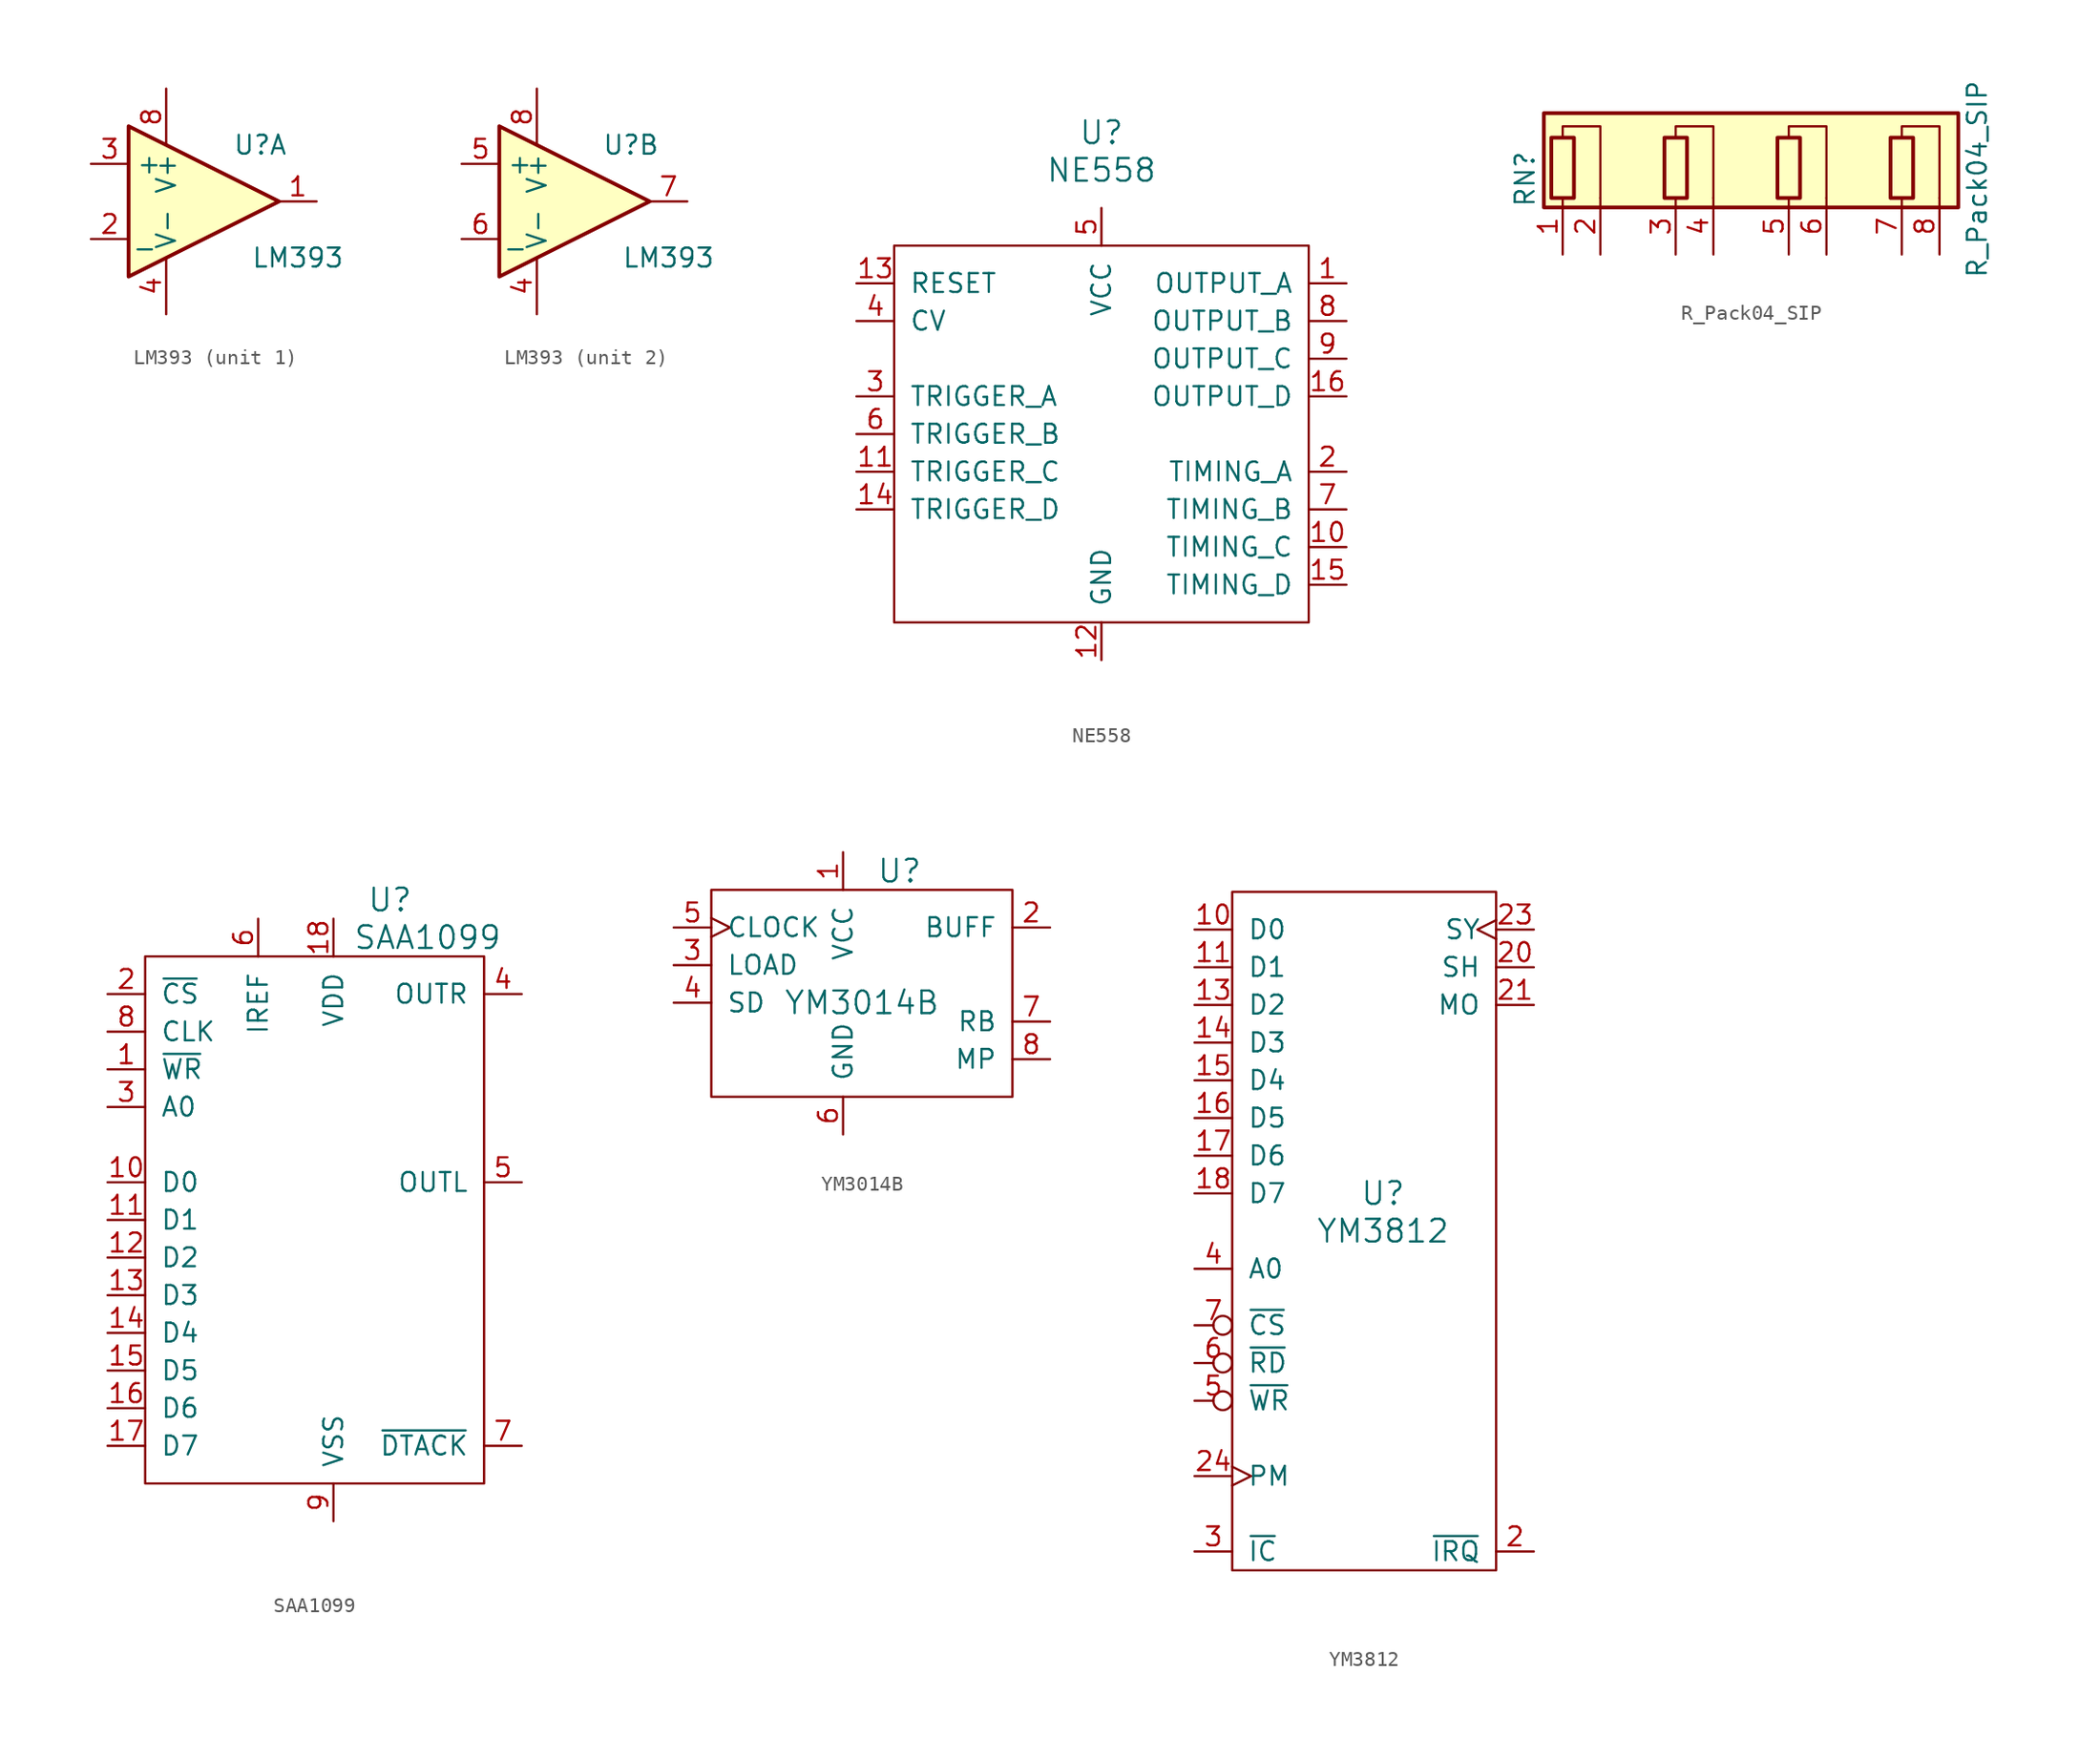
<source format=kicad_sym>
(kicad_symbol_lib
  (version 20220914)
  (generator kicad_symbol_editor)
  (symbol "LM393"
    (property "Reference" "U"
      (at 3.81 3.81 0)
      (effects (font (size 1.27 1.27))))
    (property "Value" "LM393"
      (at 6.35 -3.81 0)
      (effects (font (size 1.27 1.27))))
    (symbol "LM393_0_1"
      (polyline (pts (xy -5.08 5.08) (xy 5.08 0) (xy -5.08 -5.08) (xy -5.08 5.08)) (stroke (width 0.254) (type solid)) (fill (type background)))
      (pin power_in line (at -2.54 -7.62 90) (length 3.81) (name "V-" (effects (font (size 1.27 1.27)))) (number "4" (effects (font (size 1.27 1.27)))))
      (pin power_in line (at -2.54 7.62 270) (length 3.81) (name "V+" (effects (font (size 1.27 1.27)))) (number "8" (effects (font (size 1.27 1.27))))))
    (symbol "LM393_1_1"
      (pin open_collector line (at 7.62 0 180) (length 2.54) (name "~" (effects (font (size 1.27 1.27)))) (number "1" (effects (font (size 1.27 1.27)))))
      (pin input line (at -7.62 -2.54 0) (length 2.54) (name "_" (effects (font (size 1.27 1.27)))) (number "2" (effects (font (size 1.27 1.27)))))
      (pin input line (at -7.62 2.54 0) (length 2.54) (name "+" (effects (font (size 1.27 1.27)))) (number "3" (effects (font (size 1.27 1.27))))))
    (symbol "LM393_2_1"
      (pin input line (at -7.62 2.54 0) (length 2.54) (name "+" (effects (font (size 1.27 1.27)))) (number "5" (effects (font (size 1.27 1.27)))))
      (pin input line (at -7.62 -2.54 0) (length 2.54) (name "_" (effects (font (size 1.27 1.27)))) (number "6" (effects (font (size 1.27 1.27)))))
      (pin open_collector line (at 7.62 0 180) (length 2.54) (name "~" (effects (font (size 1.27 1.27)))) (number "7" (effects (font (size 1.27 1.27)))))))
  (symbol "NE558"
    (pin_names
      (offset 1.016))
    (property "Reference" "U"
      (at 0 20.32 0)
      (effects (font (size 1.524 1.524))))
    (property "Value" "NE558"
      (at 0 17.78 0)
      (effects (font (size 1.524 1.524))))
    (symbol "NE558_0_1"
      (rectangle (start -13.97 12.7) (end 13.97 -12.7) (stroke (width 0) (type solid)) (fill (type none))))
    (symbol "NE558_1_1"
      (pin output line (at 16.51 10.16 180) (length 2.54) (name "OUTPUT_A" (effects (font (size 1.27 1.27)))) (number "1" (effects (font (size 1.27 1.27)))))
      (pin passive line (at 16.51 -7.62 180) (length 2.54) (name "TIMING_C" (effects (font (size 1.27 1.27)))) (number "10" (effects (font (size 1.27 1.27)))))
      (pin input line (at -16.51 -2.54 0) (length 2.54) (name "TRIGGER_C" (effects (font (size 1.27 1.27)))) (number "11" (effects (font (size 1.27 1.27)))))
      (pin power_in line (at 0 -15.24 90) (length 2.54) (name "GND" (effects (font (size 1.27 1.27)))) (number "12" (effects (font (size 1.27 1.27)))))
      (pin input line (at -16.51 10.16 0) (length 2.54) (name "RESET" (effects (font (size 1.27 1.27)))) (number "13" (effects (font (size 1.27 1.27)))))
      (pin input line (at -16.51 -5.08 0) (length 2.54) (name "TRIGGER_D" (effects (font (size 1.27 1.27)))) (number "14" (effects (font (size 1.27 1.27)))))
      (pin passive line (at 16.51 -10.16 180) (length 2.54) (name "TIMING_D" (effects (font (size 1.27 1.27)))) (number "15" (effects (font (size 1.27 1.27)))))
      (pin output line (at 16.51 2.54 180) (length 2.54) (name "OUTPUT_D" (effects (font (size 1.27 1.27)))) (number "16" (effects (font (size 1.27 1.27)))))
      (pin passive line (at 16.51 -2.54 180) (length 2.54) (name "TIMING_A" (effects (font (size 1.27 1.27)))) (number "2" (effects (font (size 1.27 1.27)))))
      (pin input line (at -16.51 2.54 0) (length 2.54) (name "TRIGGER_A" (effects (font (size 1.27 1.27)))) (number "3" (effects (font (size 1.27 1.27)))))
      (pin input line (at -16.51 7.62 0) (length 2.54) (name "CV" (effects (font (size 1.27 1.27)))) (number "4" (effects (font (size 1.27 1.27)))))
      (pin power_in line (at 0 15.24 270) (length 2.54) (name "VCC" (effects (font (size 1.27 1.27)))) (number "5" (effects (font (size 1.27 1.27)))))
      (pin input line (at -16.51 0 0) (length 2.54) (name "TRIGGER_B" (effects (font (size 1.27 1.27)))) (number "6" (effects (font (size 1.27 1.27)))))
      (pin passive line (at 16.51 -5.08 180) (length 2.54) (name "TIMING_B" (effects (font (size 1.27 1.27)))) (number "7" (effects (font (size 1.27 1.27)))))
      (pin output line (at 16.51 7.62 180) (length 2.54) (name "OUTPUT_B" (effects (font (size 1.27 1.27)))) (number "8" (effects (font (size 1.27 1.27)))))
      (pin output line (at 16.51 5.08 180) (length 2.54) (name "OUTPUT_C" (effects (font (size 1.27 1.27)))) (number "9" (effects (font (size 1.27 1.27)))))))
  (symbol "R_Pack04_SIP"
    (pin_names
      (offset 0) hide)
    (property "Reference" "RN"
      (at -15.24 0 90)
      (effects (font (size 1.27 1.27))))
    (property "Value" "R_Pack04_SIP"
      (at 15.24 0 90)
      (effects (font (size 1.27 1.27))))
    (symbol "R_Pack04_SIP_0_1"
      (rectangle (start -13.97 -1.905) (end 13.97 4.445) (stroke (width 0.254) (type solid)) (fill (type background)))
      (rectangle (start -13.462 2.794) (end -11.938 -1.27) (stroke (width 0.254) (type solid)) (fill (type none)))
      (rectangle (start -5.842 2.794) (end -4.318 -1.27) (stroke (width 0.254) (type solid)) (fill (type none)))
      (polyline (pts (xy -12.7 2.794) (xy -12.7 3.556) (xy -10.16 3.556) (xy -10.16 -1.27)) (stroke (width 0) (type solid)) (fill (type none)))
      (polyline (pts (xy -5.08 2.794) (xy -5.08 3.556) (xy -2.54 3.556) (xy -2.54 -1.27)) (stroke (width 0) (type solid)) (fill (type none)))
      (polyline (pts (xy 2.54 2.794) (xy 2.54 3.556) (xy 5.08 3.556) (xy 5.08 -1.27)) (stroke (width 0) (type solid)) (fill (type none)))
      (polyline (pts (xy 10.16 2.794) (xy 10.16 3.556) (xy 12.7 3.556) (xy 12.7 -1.27)) (stroke (width 0) (type solid)) (fill (type none)))
      (rectangle (start 1.778 2.794) (end 3.302 -1.27) (stroke (width 0.254) (type solid)) (fill (type none)))
      (rectangle (start 9.398 2.794) (end 10.922 -1.27) (stroke (width 0.254) (type solid)) (fill (type none))))
    (symbol "R_Pack04_SIP_1_1"
      (pin passive line (at -12.7 -5.08 90) (length 3.81) (name "R1.1" (effects (font (size 1.27 1.27)))) (number "1" (effects (font (size 1.27 1.27)))))
      (pin passive line (at -10.16 -5.08 90) (length 3.81) (name "R1.2" (effects (font (size 1.27 1.27)))) (number "2" (effects (font (size 1.27 1.27)))))
      (pin passive line (at -5.08 -5.08 90) (length 3.81) (name "R2.1" (effects (font (size 1.27 1.27)))) (number "3" (effects (font (size 1.27 1.27)))))
      (pin passive line (at -2.54 -5.08 90) (length 3.81) (name "R2.2" (effects (font (size 1.27 1.27)))) (number "4" (effects (font (size 1.27 1.27)))))
      (pin passive line (at 2.54 -5.08 90) (length 3.81) (name "R3.1" (effects (font (size 1.27 1.27)))) (number "5" (effects (font (size 1.27 1.27)))))
      (pin passive line (at 5.08 -5.08 90) (length 3.81) (name "R3.2" (effects (font (size 1.27 1.27)))) (number "6" (effects (font (size 1.27 1.27)))))
      (pin passive line (at 10.16 -5.08 90) (length 3.81) (name "R4.1" (effects (font (size 1.27 1.27)))) (number "7" (effects (font (size 1.27 1.27)))))
      (pin passive line (at 12.7 -5.08 90) (length 3.81) (name "R4.2" (effects (font (size 1.27 1.27)))) (number "8" (effects (font (size 1.27 1.27)))))))
  (symbol "SAA1099"
    (pin_names
      (offset 1.016))
    (property "Reference" "U"
      (at 3.81 19.05 0)
      (effects (font (size 1.524 1.524))))
    (property "Value" "SAA1099"
      (at 6.35 16.51 0)
      (effects (font (size 1.524 1.524))))
    (symbol "SAA1099_0_1"
      (rectangle (start -12.7 15.24) (end 10.16 -20.32) (stroke (width 0) (type solid)) (fill (type none))))
    (symbol "SAA1099_1_1"
      (pin input line (at -15.24 7.62 0) (length 2.54) (name "~{WR}" (effects (font (size 1.27 1.27)))) (number "1" (effects (font (size 1.27 1.27)))))
      (pin input line (at -15.24 0 0) (length 2.54) (name "D0" (effects (font (size 1.27 1.27)))) (number "10" (effects (font (size 1.27 1.27)))))
      (pin input line (at -15.24 -2.54 0) (length 2.54) (name "D1" (effects (font (size 1.27 1.27)))) (number "11" (effects (font (size 1.27 1.27)))))
      (pin input line (at -15.24 -5.08 0) (length 2.54) (name "D2" (effects (font (size 1.27 1.27)))) (number "12" (effects (font (size 1.27 1.27)))))
      (pin input line (at -15.24 -7.62 0) (length 2.54) (name "D3" (effects (font (size 1.27 1.27)))) (number "13" (effects (font (size 1.27 1.27)))))
      (pin input line (at -15.24 -10.16 0) (length 2.54) (name "D4" (effects (font (size 1.27 1.27)))) (number "14" (effects (font (size 1.27 1.27)))))
      (pin input line (at -15.24 -12.7 0) (length 2.54) (name "D5" (effects (font (size 1.27 1.27)))) (number "15" (effects (font (size 1.27 1.27)))))
      (pin input line (at -15.24 -15.24 0) (length 2.54) (name "D6" (effects (font (size 1.27 1.27)))) (number "16" (effects (font (size 1.27 1.27)))))
      (pin input line (at -15.24 -17.78 0) (length 2.54) (name "D7" (effects (font (size 1.27 1.27)))) (number "17" (effects (font (size 1.27 1.27)))))
      (pin power_in line (at 0 17.78 270) (length 2.54) (name "VDD" (effects (font (size 1.27 1.27)))) (number "18" (effects (font (size 1.27 1.27)))))
      (pin input line (at -15.24 12.7 0) (length 2.54) (name "~{CS}" (effects (font (size 1.27 1.27)))) (number "2" (effects (font (size 1.27 1.27)))))
      (pin input line (at -15.24 5.08 0) (length 2.54) (name "A0" (effects (font (size 1.27 1.27)))) (number "3" (effects (font (size 1.27 1.27)))))
      (pin output line (at 12.7 12.7 180) (length 2.54) (name "OUTR" (effects (font (size 1.27 1.27)))) (number "4" (effects (font (size 1.27 1.27)))))
      (pin output line (at 12.7 0 180) (length 2.54) (name "OUTL" (effects (font (size 1.27 1.27)))) (number "5" (effects (font (size 1.27 1.27)))))
      (pin passive line (at -5.08 17.78 270) (length 2.54) (name "IREF" (effects (font (size 1.27 1.27)))) (number "6" (effects (font (size 1.27 1.27)))))
      (pin open_collector line (at 12.7 -17.78 180) (length 2.54) (name "~{DTACK}" (effects (font (size 1.27 1.27)))) (number "7" (effects (font (size 1.27 1.27)))))
      (pin input line (at -15.24 10.16 0) (length 2.54) (name "CLK" (effects (font (size 1.27 1.27)))) (number "8" (effects (font (size 1.27 1.27)))))
      (pin power_in line (at 0 -22.86 90) (length 2.54) (name "VSS" (effects (font (size 1.27 1.27)))) (number "9" (effects (font (size 1.27 1.27)))))))
  (symbol "YM3014B"
    (pin_names
      (offset 1.016))
    (property "Reference" "U"
      (at 3.81 6.35 0)
      (effects (font (size 1.524 1.524))))
    (property "Value" "YM3014B"
      (at 1.27 -2.54 0)
      (effects (font (size 1.524 1.524))))
    (property "Footprint" ""
      (at 0 0 0)
      (effects (font (size 1.524 1.524))))
    (property "Datasheet" ""
      (at 0 0 0)
      (effects (font (size 1.524 1.524))))
    (symbol "YM3014B_0_1"
      (rectangle (start -8.89 5.08) (end 11.43 -8.89) (stroke (width 0) (type solid)) (fill (type none))))
    (symbol "YM3014B_1_1"
      (pin power_in line (at 0 7.62 270) (length 2.54) (name "VCC" (effects (font (size 1.27 1.27)))) (number "1" (effects (font (size 1.27 1.27)))))
      (pin output line (at 13.97 2.54 180) (length 2.54) (name "BUFF" (effects (font (size 1.27 1.27)))) (number "2" (effects (font (size 1.27 1.27)))))
      (pin input line (at -11.43 0 0) (length 2.54) (name "LOAD" (effects (font (size 1.27 1.27)))) (number "3" (effects (font (size 1.27 1.27)))))
      (pin input line (at -11.43 -2.54 0) (length 2.54) (name "SD" (effects (font (size 1.27 1.27)))) (number "4" (effects (font (size 1.27 1.27)))))
      (pin input clock (at -11.43 2.54 0) (length 2.54) (name "CLOCK" (effects (font (size 1.27 1.27)))) (number "5" (effects (font (size 1.27 1.27)))))
      (pin power_in line (at 0 -11.43 90) (length 2.54) (name "GND" (effects (font (size 1.27 1.27)))) (number "6" (effects (font (size 1.27 1.27)))))
      (pin output line (at 13.97 -3.81 180) (length 2.54) (name "RB" (effects (font (size 1.27 1.27)))) (number "7" (effects (font (size 1.27 1.27)))))
      (pin passive line (at 13.97 -6.35 180) (length 2.54) (name "MP" (effects (font (size 1.27 1.27)))) (number "8" (effects (font (size 1.27 1.27)))))))
  (symbol "YM3812"
    (pin_names
      (offset 1.016))
    (property "Reference" "U"
      (at 0 0 0)
      (effects (font (size 1.524 1.524))))
    (property "Value" "YM3812"
      (at 0 -2.54 0)
      (effects (font (size 1.524 1.524))))
    (property "Footprint" ""
      (at 0 0 0)
      (effects (font (size 1.524 1.524))))
    (property "Datasheet" ""
      (at 0 0 0)
      (effects (font (size 1.524 1.524))))
    (symbol "YM3812_0_1"
      (rectangle (start -10.16 20.32) (end 7.62 -25.4) (stroke (width 0) (type solid)) (fill (type none))))
    (symbol "YM3812_1_1"
      (pin power_in line (at 0 20.32 270) (length 0) hide (name "VCC" (effects (font (size 1.27 1.27)))) (number "1" (effects (font (size 1.27 1.27)))))
      (pin bidirectional line (at -12.7 17.78 0) (length 2.54) (name "D0" (effects (font (size 1.27 1.27)))) (number "10" (effects (font (size 1.27 1.27)))))
      (pin bidirectional line (at -12.7 15.24 0) (length 2.54) (name "D1" (effects (font (size 1.27 1.27)))) (number "11" (effects (font (size 1.27 1.27)))))
      (pin power_in line (at 0 -25.4 90) (length 0) hide (name "GND" (effects (font (size 1.27 1.27)))) (number "12" (effects (font (size 1.27 1.27)))))
      (pin bidirectional line (at -12.7 12.7 0) (length 2.54) (name "D2" (effects (font (size 1.27 1.27)))) (number "13" (effects (font (size 1.27 1.27)))))
      (pin bidirectional line (at -12.7 10.16 0) (length 2.54) (name "D3" (effects (font (size 1.27 1.27)))) (number "14" (effects (font (size 1.27 1.27)))))
      (pin bidirectional line (at -12.7 7.62 0) (length 2.54) (name "D4" (effects (font (size 1.27 1.27)))) (number "15" (effects (font (size 1.27 1.27)))))
      (pin bidirectional line (at -12.7 5.08 0) (length 2.54) (name "D5" (effects (font (size 1.27 1.27)))) (number "16" (effects (font (size 1.27 1.27)))))
      (pin bidirectional line (at -12.7 2.54 0) (length 2.54) (name "D6" (effects (font (size 1.27 1.27)))) (number "17" (effects (font (size 1.27 1.27)))))
      (pin bidirectional line (at -12.7 0 0) (length 2.54) (name "D7" (effects (font (size 1.27 1.27)))) (number "18" (effects (font (size 1.27 1.27)))))
      (pin open_collector line (at 10.16 -24.13 180) (length 2.54) (name "~{IRQ}" (effects (font (size 1.27 1.27)))) (number "2" (effects (font (size 1.27 1.27)))))
      (pin output line (at 10.16 15.24 180) (length 2.54) (name "SH" (effects (font (size 1.27 1.27)))) (number "20" (effects (font (size 1.27 1.27)))))
      (pin output line (at 10.16 12.7 180) (length 2.54) (name "MO" (effects (font (size 1.27 1.27)))) (number "21" (effects (font (size 1.27 1.27)))))
      (pin open_collector clock (at 10.16 17.78 180) (length 2.54) (name "SY" (effects (font (size 1.27 1.27)))) (number "23" (effects (font (size 1.27 1.27)))))
      (pin input clock (at -12.7 -19.05 0) (length 2.54) (name "PM" (effects (font (size 1.27 1.27)))) (number "24" (effects (font (size 1.27 1.27)))))
      (pin input line (at -12.7 -24.13 0) (length 2.54) (name "~{IC}" (effects (font (size 1.27 1.27)))) (number "3" (effects (font (size 1.27 1.27)))))
      (pin input line (at -12.7 -5.08 0) (length 2.54) (name "A0" (effects (font (size 1.27 1.27)))) (number "4" (effects (font (size 1.27 1.27)))))
      (pin input inverted (at -12.7 -13.97 0) (length 2.54) (name "~{WR}" (effects (font (size 1.27 1.27)))) (number "5" (effects (font (size 1.27 1.27)))))
      (pin input inverted (at -12.7 -11.43 0) (length 2.54) (name "~{RD}" (effects (font (size 1.27 1.27)))) (number "6" (effects (font (size 1.27 1.27)))))
      (pin input inverted (at -12.7 -8.89 0) (length 2.54) (name "~{CS}" (effects (font (size 1.27 1.27)))) (number "7" (effects (font (size 1.27 1.27))))))))
</source>
